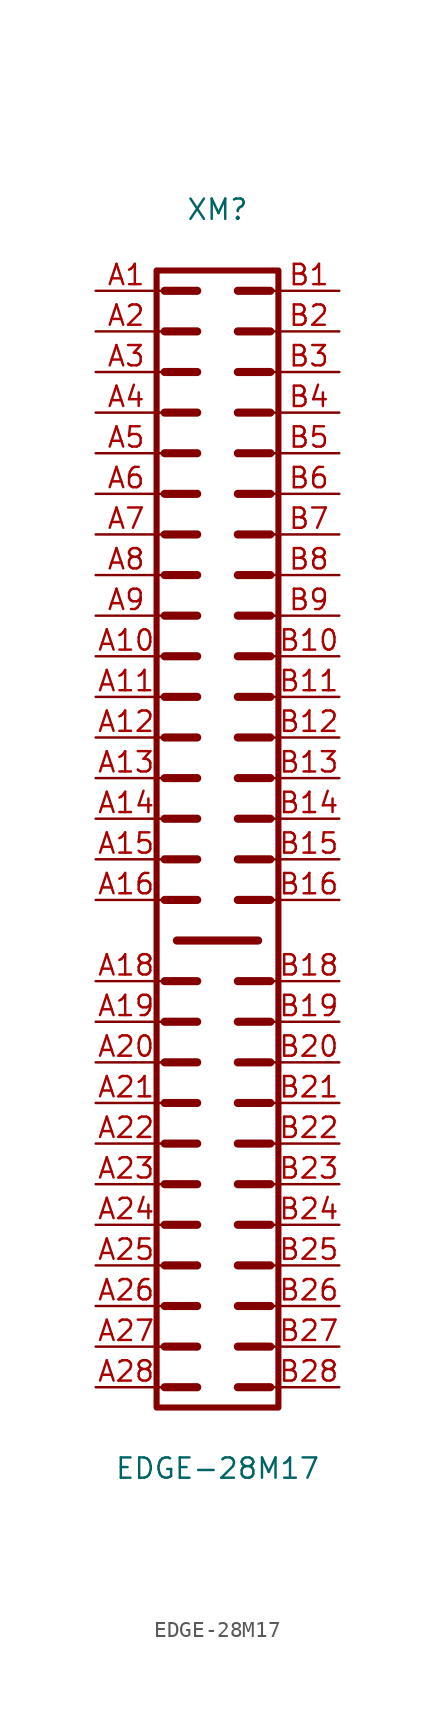
<source format=kicad_sym>
(kicad_symbol_lib
  (version 20231120)
  (generator "kicad_symbol_editor")
  (generator_version "8.0")
  (symbol "EDGE-28M17"
    (pin_names
      (offset 1.016))
    (property "Reference" "XM"
      (at 0 39.37 0)
      (effects (font (size 1.27 1.27))))
    (property "Value" "EDGE-28M17"
      (at 0 -39.37 0)
      (effects (font (size 1.27 1.27))))
    (symbol "EDGE-28M17_0_0"
      (polyline (pts (xy -2.54 -6.35) (xy 2.54 -6.35)) (stroke (width 0.508) (type default)) (fill (type none))))
    (symbol "EDGE-28M17_0_1"
      (rectangle (start -3.81 35.56) (end 3.81 -35.56) (stroke (width 0.381) (type default)) (fill (type none)))
      (polyline (pts (xy -3.81 -34.29) (xy -3.302 -34.29)) (stroke (width 0) (type default)) (fill (type none)))
      (polyline (pts (xy -3.81 -31.75) (xy -3.302 -31.75)) (stroke (width 0) (type default)) (fill (type none)))
      (polyline (pts (xy -3.81 -29.21) (xy -3.302 -29.21)) (stroke (width 0) (type default)) (fill (type none)))
      (polyline (pts (xy -3.81 -26.67) (xy -3.302 -26.67)) (stroke (width 0) (type default)) (fill (type none)))
      (polyline (pts (xy -3.81 -24.13) (xy -3.302 -24.13)) (stroke (width 0) (type default)) (fill (type none)))
      (polyline (pts (xy -3.81 -21.59) (xy -3.302 -21.59)) (stroke (width 0) (type default)) (fill (type none)))
      (polyline (pts (xy -3.81 -19.05) (xy -3.302 -19.05)) (stroke (width 0) (type default)) (fill (type none)))
      (polyline (pts (xy -3.81 -16.51) (xy -3.302 -16.51)) (stroke (width 0) (type default)) (fill (type none)))
      (polyline (pts (xy -3.81 -13.97) (xy -3.302 -13.97)) (stroke (width 0) (type default)) (fill (type none)))
      (polyline (pts (xy -3.81 -11.43) (xy -3.302 -11.43)) (stroke (width 0) (type default)) (fill (type none)))
      (polyline (pts (xy -3.81 -8.89) (xy -3.302 -8.89)) (stroke (width 0) (type default)) (fill (type none)))
      (polyline (pts (xy -3.81 -3.81) (xy -3.302 -3.81)) (stroke (width 0) (type default)) (fill (type none)))
      (polyline (pts (xy -3.81 -1.27) (xy -3.302 -1.27)) (stroke (width 0) (type default)) (fill (type none)))
      (polyline (pts (xy -3.81 1.27) (xy -3.302 1.27)) (stroke (width 0) (type default)) (fill (type none)))
      (polyline (pts (xy -3.81 3.81) (xy -3.302 3.81)) (stroke (width 0) (type default)) (fill (type none)))
      (polyline (pts (xy -3.81 6.35) (xy -3.302 6.35)) (stroke (width 0) (type default)) (fill (type none)))
      (polyline (pts (xy -3.81 8.89) (xy -3.302 8.89)) (stroke (width 0) (type default)) (fill (type none)))
      (polyline (pts (xy -3.81 11.43) (xy -3.302 11.43)) (stroke (width 0) (type default)) (fill (type none)))
      (polyline (pts (xy -3.81 13.97) (xy -3.302 13.97)) (stroke (width 0) (type default)) (fill (type none)))
      (polyline (pts (xy -3.81 16.51) (xy -3.302 16.51)) (stroke (width 0) (type default)) (fill (type none)))
      (polyline (pts (xy -3.81 19.05) (xy -3.302 19.05)) (stroke (width 0) (type default)) (fill (type none)))
      (polyline (pts (xy -3.81 21.59) (xy -3.302 21.59)) (stroke (width 0) (type default)) (fill (type none)))
      (polyline (pts (xy -3.81 24.13) (xy -3.302 24.13)) (stroke (width 0) (type default)) (fill (type none)))
      (polyline (pts (xy -3.81 26.67) (xy -3.302 26.67)) (stroke (width 0) (type default)) (fill (type none)))
      (polyline (pts (xy -3.81 29.21) (xy -3.302 29.21)) (stroke (width 0) (type default)) (fill (type none)))
      (polyline (pts (xy -3.81 31.75) (xy -3.302 31.75)) (stroke (width 0) (type default)) (fill (type none)))
      (polyline (pts (xy -3.81 34.29) (xy -3.302 34.29)) (stroke (width 0) (type default)) (fill (type none)))
      (polyline (pts (xy -3.302 -34.29) (xy -1.27 -34.29)) (stroke (width 0.508) (type default)) (fill (type none)))
      (polyline (pts (xy -3.302 -31.75) (xy -1.27 -31.75)) (stroke (width 0.508) (type default)) (fill (type none)))
      (polyline (pts (xy -3.302 -29.21) (xy -1.27 -29.21)) (stroke (width 0.508) (type default)) (fill (type none)))
      (polyline (pts (xy -3.302 -26.67) (xy -1.27 -26.67)) (stroke (width 0.508) (type default)) (fill (type none)))
      (polyline (pts (xy -3.302 -24.13) (xy -1.27 -24.13)) (stroke (width 0.508) (type default)) (fill (type none)))
      (polyline (pts (xy -3.302 -21.59) (xy -1.27 -21.59)) (stroke (width 0.508) (type default)) (fill (type none)))
      (polyline (pts (xy -3.302 -19.05) (xy -1.27 -19.05)) (stroke (width 0.508) (type default)) (fill (type none)))
      (polyline (pts (xy -3.302 -16.51) (xy -1.27 -16.51)) (stroke (width 0.508) (type default)) (fill (type none)))
      (polyline (pts (xy -3.302 -13.97) (xy -1.27 -13.97)) (stroke (width 0.508) (type default)) (fill (type none)))
      (polyline (pts (xy -3.302 -11.43) (xy -1.27 -11.43)) (stroke (width 0.508) (type default)) (fill (type none)))
      (polyline (pts (xy -3.302 -8.89) (xy -1.27 -8.89)) (stroke (width 0.508) (type default)) (fill (type none)))
      (polyline (pts (xy -3.302 -3.81) (xy -1.27 -3.81)) (stroke (width 0.508) (type default)) (fill (type none)))
      (polyline (pts (xy -3.302 -1.27) (xy -1.27 -1.27)) (stroke (width 0.508) (type default)) (fill (type none)))
      (polyline (pts (xy -3.302 1.27) (xy -1.27 1.27)) (stroke (width 0.508) (type default)) (fill (type none)))
      (polyline (pts (xy -3.302 3.81) (xy -1.27 3.81)) (stroke (width 0.508) (type default)) (fill (type none)))
      (polyline (pts (xy -3.302 6.35) (xy -1.27 6.35)) (stroke (width 0.508) (type default)) (fill (type none)))
      (polyline (pts (xy -3.302 8.89) (xy -1.27 8.89)) (stroke (width 0.508) (type default)) (fill (type none)))
      (polyline (pts (xy -3.302 11.43) (xy -1.27 11.43)) (stroke (width 0.508) (type default)) (fill (type none)))
      (polyline (pts (xy -3.302 13.97) (xy -1.27 13.97)) (stroke (width 0.508) (type default)) (fill (type none)))
      (polyline (pts (xy -3.302 16.51) (xy -1.27 16.51)) (stroke (width 0.508) (type default)) (fill (type none)))
      (polyline (pts (xy -3.302 19.05) (xy -1.27 19.05)) (stroke (width 0.508) (type default)) (fill (type none)))
      (polyline (pts (xy -3.302 21.59) (xy -1.27 21.59)) (stroke (width 0.508) (type default)) (fill (type none)))
      (polyline (pts (xy -3.302 24.13) (xy -1.27 24.13)) (stroke (width 0.508) (type default)) (fill (type none)))
      (polyline (pts (xy -3.302 26.67) (xy -1.27 26.67)) (stroke (width 0.508) (type default)) (fill (type none)))
      (polyline (pts (xy -3.302 29.21) (xy -1.27 29.21)) (stroke (width 0.508) (type default)) (fill (type none)))
      (polyline (pts (xy -3.302 31.75) (xy -1.27 31.75)) (stroke (width 0.508) (type default)) (fill (type none)))
      (polyline (pts (xy -3.302 34.29) (xy -1.27 34.29)) (stroke (width 0.508) (type default)) (fill (type none)))
      (polyline (pts (xy 3.302 -34.29) (xy 1.27 -34.29)) (stroke (width 0.508) (type default)) (fill (type none)))
      (polyline (pts (xy 3.302 -31.75) (xy 1.27 -31.75)) (stroke (width 0.508) (type default)) (fill (type none)))
      (polyline (pts (xy 3.302 -29.21) (xy 1.27 -29.21)) (stroke (width 0.508) (type default)) (fill (type none)))
      (polyline (pts (xy 3.302 -26.67) (xy 1.27 -26.67)) (stroke (width 0.508) (type default)) (fill (type none)))
      (polyline (pts (xy 3.302 -24.13) (xy 1.27 -24.13)) (stroke (width 0.508) (type default)) (fill (type none)))
      (polyline (pts (xy 3.302 -21.59) (xy 1.27 -21.59)) (stroke (width 0.508) (type default)) (fill (type none)))
      (polyline (pts (xy 3.302 -19.05) (xy 1.27 -19.05)) (stroke (width 0.508) (type default)) (fill (type none)))
      (polyline (pts (xy 3.302 -16.51) (xy 1.27 -16.51)) (stroke (width 0.508) (type default)) (fill (type none)))
      (polyline (pts (xy 3.302 -13.97) (xy 1.27 -13.97)) (stroke (width 0.508) (type default)) (fill (type none)))
      (polyline (pts (xy 3.302 -11.43) (xy 1.27 -11.43)) (stroke (width 0.508) (type default)) (fill (type none)))
      (polyline (pts (xy 3.302 -8.89) (xy 1.27 -8.89)) (stroke (width 0.508) (type default)) (fill (type none)))
      (polyline (pts (xy 3.302 -3.81) (xy 1.27 -3.81)) (stroke (width 0.508) (type default)) (fill (type none)))
      (polyline (pts (xy 3.302 -1.27) (xy 1.27 -1.27)) (stroke (width 0.508) (type default)) (fill (type none)))
      (polyline (pts (xy 3.302 1.27) (xy 1.27 1.27)) (stroke (width 0.508) (type default)) (fill (type none)))
      (polyline (pts (xy 3.302 3.81) (xy 1.27 3.81)) (stroke (width 0.508) (type default)) (fill (type none)))
      (polyline (pts (xy 3.302 6.35) (xy 1.27 6.35)) (stroke (width 0.508) (type default)) (fill (type none)))
      (polyline (pts (xy 3.302 8.89) (xy 1.27 8.89)) (stroke (width 0.508) (type default)) (fill (type none)))
      (polyline (pts (xy 3.302 11.43) (xy 1.27 11.43)) (stroke (width 0.508) (type default)) (fill (type none)))
      (polyline (pts (xy 3.302 13.97) (xy 1.27 13.97)) (stroke (width 0.508) (type default)) (fill (type none)))
      (polyline (pts (xy 3.302 16.51) (xy 1.27 16.51)) (stroke (width 0.508) (type default)) (fill (type none)))
      (polyline (pts (xy 3.302 19.05) (xy 1.27 19.05)) (stroke (width 0.508) (type default)) (fill (type none)))
      (polyline (pts (xy 3.302 21.59) (xy 1.27 21.59)) (stroke (width 0.508) (type default)) (fill (type none)))
      (polyline (pts (xy 3.302 24.13) (xy 1.27 24.13)) (stroke (width 0.508) (type default)) (fill (type none)))
      (polyline (pts (xy 3.302 26.67) (xy 1.27 26.67)) (stroke (width 0.508) (type default)) (fill (type none)))
      (polyline (pts (xy 3.302 29.21) (xy 1.27 29.21)) (stroke (width 0.508) (type default)) (fill (type none)))
      (polyline (pts (xy 3.302 31.75) (xy 1.27 31.75)) (stroke (width 0.508) (type default)) (fill (type none)))
      (polyline (pts (xy 3.302 34.29) (xy 1.27 34.29)) (stroke (width 0.508) (type default)) (fill (type none)))
      (polyline (pts (xy 3.81 -34.29) (xy 3.302 -34.29)) (stroke (width 0) (type default)) (fill (type none)))
      (polyline (pts (xy 3.81 -31.75) (xy 3.302 -31.75)) (stroke (width 0) (type default)) (fill (type none)))
      (polyline (pts (xy 3.81 -29.21) (xy 3.302 -29.21)) (stroke (width 0) (type default)) (fill (type none)))
      (polyline (pts (xy 3.81 -26.67) (xy 3.302 -26.67)) (stroke (width 0) (type default)) (fill (type none)))
      (polyline (pts (xy 3.81 -24.13) (xy 3.302 -24.13)) (stroke (width 0) (type default)) (fill (type none)))
      (polyline (pts (xy 3.81 -21.59) (xy 3.302 -21.59)) (stroke (width 0) (type default)) (fill (type none)))
      (polyline (pts (xy 3.81 -19.05) (xy 3.302 -19.05)) (stroke (width 0) (type default)) (fill (type none)))
      (polyline (pts (xy 3.81 -16.51) (xy 3.302 -16.51)) (stroke (width 0) (type default)) (fill (type none)))
      (polyline (pts (xy 3.81 -13.97) (xy 3.302 -13.97)) (stroke (width 0) (type default)) (fill (type none)))
      (polyline (pts (xy 3.81 -11.43) (xy 3.302 -11.43)) (stroke (width 0) (type default)) (fill (type none)))
      (polyline (pts (xy 3.81 -8.89) (xy 3.302 -8.89)) (stroke (width 0) (type default)) (fill (type none)))
      (polyline (pts (xy 3.81 -3.81) (xy 3.302 -3.81)) (stroke (width 0) (type default)) (fill (type none)))
      (polyline (pts (xy 3.81 -1.27) (xy 3.302 -1.27)) (stroke (width 0) (type default)) (fill (type none)))
      (polyline (pts (xy 3.81 1.27) (xy 3.302 1.27)) (stroke (width 0) (type default)) (fill (type none)))
      (polyline (pts (xy 3.81 3.81) (xy 3.302 3.81)) (stroke (width 0) (type default)) (fill (type none)))
      (polyline (pts (xy 3.81 6.35) (xy 3.302 6.35)) (stroke (width 0) (type default)) (fill (type none)))
      (polyline (pts (xy 3.81 8.89) (xy 3.302 8.89)) (stroke (width 0) (type default)) (fill (type none)))
      (polyline (pts (xy 3.81 11.43) (xy 3.302 11.43)) (stroke (width 0) (type default)) (fill (type none)))
      (polyline (pts (xy 3.81 13.97) (xy 3.302 13.97)) (stroke (width 0) (type default)) (fill (type none)))
      (polyline (pts (xy 3.81 16.51) (xy 3.302 16.51)) (stroke (width 0) (type default)) (fill (type none)))
      (polyline (pts (xy 3.81 19.05) (xy 3.302 19.05)) (stroke (width 0) (type default)) (fill (type none)))
      (polyline (pts (xy 3.81 21.59) (xy 3.302 21.59)) (stroke (width 0) (type default)) (fill (type none)))
      (polyline (pts (xy 3.81 24.13) (xy 3.302 24.13)) (stroke (width 0) (type default)) (fill (type none)))
      (polyline (pts (xy 3.81 26.67) (xy 3.302 26.67)) (stroke (width 0) (type default)) (fill (type none)))
      (polyline (pts (xy 3.81 29.21) (xy 3.302 29.21)) (stroke (width 0) (type default)) (fill (type none)))
      (polyline (pts (xy 3.81 31.75) (xy 3.302 31.75)) (stroke (width 0) (type default)) (fill (type none)))
      (polyline (pts (xy 3.81 34.29) (xy 3.302 34.29)) (stroke (width 0) (type default)) (fill (type none))))
    (symbol "EDGE-28M17_1_1"
      (pin passive line (at -7.62 34.29 0) (length 3.81) (name "~" (effects (font (size 1.27 1.27)))) (number "A1" (effects (font (size 1.27 1.27)))))
      (pin passive line (at -7.62 11.43 0) (length 3.81) (name "~" (effects (font (size 1.27 1.27)))) (number "A10" (effects (font (size 1.27 1.27)))))
      (pin passive line (at -7.62 8.89 0) (length 3.81) (name "~" (effects (font (size 1.27 1.27)))) (number "A11" (effects (font (size 1.27 1.27)))))
      (pin passive line (at -7.62 6.35 0) (length 3.81) (name "~" (effects (font (size 1.27 1.27)))) (number "A12" (effects (font (size 1.27 1.27)))))
      (pin passive line (at -7.62 3.81 0) (length 3.81) (name "~" (effects (font (size 1.27 1.27)))) (number "A13" (effects (font (size 1.27 1.27)))))
      (pin passive line (at -7.62 1.27 0) (length 3.81) (name "~" (effects (font (size 1.27 1.27)))) (number "A14" (effects (font (size 1.27 1.27)))))
      (pin passive line (at -7.62 -1.27 0) (length 3.81) (name "~" (effects (font (size 1.27 1.27)))) (number "A15" (effects (font (size 1.27 1.27)))))
      (pin passive line (at -7.62 -3.81 0) (length 3.81) (name "~" (effects (font (size 1.27 1.27)))) (number "A16" (effects (font (size 1.27 1.27)))))
      (pin passive line (at -7.62 -8.89 0) (length 3.81) (name "~" (effects (font (size 1.27 1.27)))) (number "A18" (effects (font (size 1.27 1.27)))))
      (pin passive line (at -7.62 -11.43 0) (length 3.81) (name "~" (effects (font (size 1.27 1.27)))) (number "A19" (effects (font (size 1.27 1.27)))))
      (pin passive line (at -7.62 31.75 0) (length 3.81) (name "~" (effects (font (size 1.27 1.27)))) (number "A2" (effects (font (size 1.27 1.27)))))
      (pin passive line (at -7.62 -13.97 0) (length 3.81) (name "~" (effects (font (size 1.27 1.27)))) (number "A20" (effects (font (size 1.27 1.27)))))
      (pin passive line (at -7.62 -16.51 0) (length 3.81) (name "~" (effects (font (size 1.27 1.27)))) (number "A21" (effects (font (size 1.27 1.27)))))
      (pin passive line (at -7.62 -19.05 0) (length 3.81) (name "~" (effects (font (size 1.27 1.27)))) (number "A22" (effects (font (size 1.27 1.27)))))
      (pin passive line (at -7.62 -21.59 0) (length 3.81) (name "~" (effects (font (size 1.27 1.27)))) (number "A23" (effects (font (size 1.27 1.27)))))
      (pin passive line (at -7.62 -24.13 0) (length 3.81) (name "~" (effects (font (size 1.27 1.27)))) (number "A24" (effects (font (size 1.27 1.27)))))
      (pin passive line (at -7.62 -26.67 0) (length 3.81) (name "~" (effects (font (size 1.27 1.27)))) (number "A25" (effects (font (size 1.27 1.27)))))
      (pin passive line (at -7.62 -29.21 0) (length 3.81) (name "~" (effects (font (size 1.27 1.27)))) (number "A26" (effects (font (size 1.27 1.27)))))
      (pin passive line (at -7.62 -31.75 0) (length 3.81) (name "~" (effects (font (size 1.27 1.27)))) (number "A27" (effects (font (size 1.27 1.27)))))
      (pin passive line (at -7.62 -34.29 0) (length 3.81) (name "~" (effects (font (size 1.27 1.27)))) (number "A28" (effects (font (size 1.27 1.27)))))
      (pin passive line (at -7.62 29.21 0) (length 3.81) (name "~" (effects (font (size 1.27 1.27)))) (number "A3" (effects (font (size 1.27 1.27)))))
      (pin passive line (at -7.62 26.67 0) (length 3.81) (name "~" (effects (font (size 1.27 1.27)))) (number "A4" (effects (font (size 1.27 1.27)))))
      (pin passive line (at -7.62 24.13 0) (length 3.81) (name "~" (effects (font (size 1.27 1.27)))) (number "A5" (effects (font (size 1.27 1.27)))))
      (pin passive line (at -7.62 21.59 0) (length 3.81) (name "~" (effects (font (size 1.27 1.27)))) (number "A6" (effects (font (size 1.27 1.27)))))
      (pin passive line (at -7.62 19.05 0) (length 3.81) (name "~" (effects (font (size 1.27 1.27)))) (number "A7" (effects (font (size 1.27 1.27)))))
      (pin passive line (at -7.62 16.51 0) (length 3.81) (name "~" (effects (font (size 1.27 1.27)))) (number "A8" (effects (font (size 1.27 1.27)))))
      (pin passive line (at -7.62 13.97 0) (length 3.81) (name "~" (effects (font (size 1.27 1.27)))) (number "A9" (effects (font (size 1.27 1.27)))))
      (pin passive line (at 7.62 34.29 180) (length 3.81) (name "~" (effects (font (size 1.27 1.27)))) (number "B1" (effects (font (size 1.27 1.27)))))
      (pin passive line (at 7.62 11.43 180) (length 3.81) (name "~" (effects (font (size 1.27 1.27)))) (number "B10" (effects (font (size 1.27 1.27)))))
      (pin passive line (at 7.62 8.89 180) (length 3.81) (name "~" (effects (font (size 1.27 1.27)))) (number "B11" (effects (font (size 1.27 1.27)))))
      (pin passive line (at 7.62 6.35 180) (length 3.81) (name "~" (effects (font (size 1.27 1.27)))) (number "B12" (effects (font (size 1.27 1.27)))))
      (pin passive line (at 7.62 3.81 180) (length 3.81) (name "~" (effects (font (size 1.27 1.27)))) (number "B13" (effects (font (size 1.27 1.27)))))
      (pin passive line (at 7.62 1.27 180) (length 3.81) (name "~" (effects (font (size 1.27 1.27)))) (number "B14" (effects (font (size 1.27 1.27)))))
      (pin passive line (at 7.62 -1.27 180) (length 3.81) (name "~" (effects (font (size 1.27 1.27)))) (number "B15" (effects (font (size 1.27 1.27)))))
      (pin passive line (at 7.62 -3.81 180) (length 3.81) (name "~" (effects (font (size 1.27 1.27)))) (number "B16" (effects (font (size 1.27 1.27)))))
      (pin passive line (at 7.62 -8.89 180) (length 3.81) (name "~" (effects (font (size 1.27 1.27)))) (number "B18" (effects (font (size 1.27 1.27)))))
      (pin passive line (at 7.62 -11.43 180) (length 3.81) (name "~" (effects (font (size 1.27 1.27)))) (number "B19" (effects (font (size 1.27 1.27)))))
      (pin passive line (at 7.62 31.75 180) (length 3.81) (name "~" (effects (font (size 1.27 1.27)))) (number "B2" (effects (font (size 1.27 1.27)))))
      (pin passive line (at 7.62 -13.97 180) (length 3.81) (name "~" (effects (font (size 1.27 1.27)))) (number "B20" (effects (font (size 1.27 1.27)))))
      (pin passive line (at 7.62 -16.51 180) (length 3.81) (name "~" (effects (font (size 1.27 1.27)))) (number "B21" (effects (font (size 1.27 1.27)))))
      (pin passive line (at 7.62 -19.05 180) (length 3.81) (name "~" (effects (font (size 1.27 1.27)))) (number "B22" (effects (font (size 1.27 1.27)))))
      (pin passive line (at 7.62 -21.59 180) (length 3.81) (name "~" (effects (font (size 1.27 1.27)))) (number "B23" (effects (font (size 1.27 1.27)))))
      (pin passive line (at 7.62 -24.13 180) (length 3.81) (name "~" (effects (font (size 1.27 1.27)))) (number "B24" (effects (font (size 1.27 1.27)))))
      (pin passive line (at 7.62 -26.67 180) (length 3.81) (name "~" (effects (font (size 1.27 1.27)))) (number "B25" (effects (font (size 1.27 1.27)))))
      (pin passive line (at 7.62 -29.21 180) (length 3.81) (name "~" (effects (font (size 1.27 1.27)))) (number "B26" (effects (font (size 1.27 1.27)))))
      (pin passive line (at 7.62 -31.75 180) (length 3.81) (name "~" (effects (font (size 1.27 1.27)))) (number "B27" (effects (font (size 1.27 1.27)))))
      (pin passive line (at 7.62 -34.29 180) (length 3.81) (name "~" (effects (font (size 1.27 1.27)))) (number "B28" (effects (font (size 1.27 1.27)))))
      (pin passive line (at 7.62 29.21 180) (length 3.81) (name "~" (effects (font (size 1.27 1.27)))) (number "B3" (effects (font (size 1.27 1.27)))))
      (pin passive line (at 7.62 26.67 180) (length 3.81) (name "~" (effects (font (size 1.27 1.27)))) (number "B4" (effects (font (size 1.27 1.27)))))
      (pin passive line (at 7.62 24.13 180) (length 3.81) (name "~" (effects (font (size 1.27 1.27)))) (number "B5" (effects (font (size 1.27 1.27)))))
      (pin passive line (at 7.62 21.59 180) (length 3.81) (name "~" (effects (font (size 1.27 1.27)))) (number "B6" (effects (font (size 1.27 1.27)))))
      (pin passive line (at 7.62 19.05 180) (length 3.81) (name "~" (effects (font (size 1.27 1.27)))) (number "B7" (effects (font (size 1.27 1.27)))))
      (pin passive line (at 7.62 16.51 180) (length 3.81) (name "~" (effects (font (size 1.27 1.27)))) (number "B8" (effects (font (size 1.27 1.27)))))
      (pin passive line (at 7.62 13.97 180) (length 3.81) (name "~" (effects (font (size 1.27 1.27)))) (number "B9" (effects (font (size 1.27 1.27))))))))
</source>
